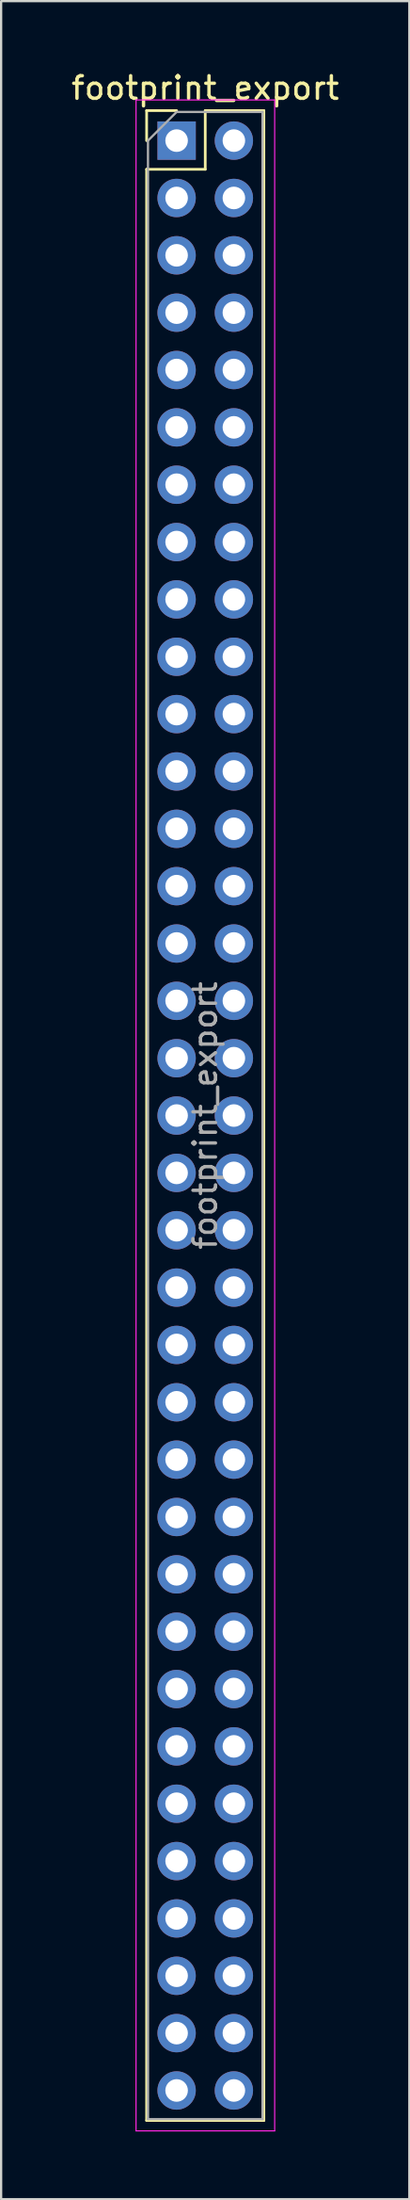
<source format=kicad_pcb>
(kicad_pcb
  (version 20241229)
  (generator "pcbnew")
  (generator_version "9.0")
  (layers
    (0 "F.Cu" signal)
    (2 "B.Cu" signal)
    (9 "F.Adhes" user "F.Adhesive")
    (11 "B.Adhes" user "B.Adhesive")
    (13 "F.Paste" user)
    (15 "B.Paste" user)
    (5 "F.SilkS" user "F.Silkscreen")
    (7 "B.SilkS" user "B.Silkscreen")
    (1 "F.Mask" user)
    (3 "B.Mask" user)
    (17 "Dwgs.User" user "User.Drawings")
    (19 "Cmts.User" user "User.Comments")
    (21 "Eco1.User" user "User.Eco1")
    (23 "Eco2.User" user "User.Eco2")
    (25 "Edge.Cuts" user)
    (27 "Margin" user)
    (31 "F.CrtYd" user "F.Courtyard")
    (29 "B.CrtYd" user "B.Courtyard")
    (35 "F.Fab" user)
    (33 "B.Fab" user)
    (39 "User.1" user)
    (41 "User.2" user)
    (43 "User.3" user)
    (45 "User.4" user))
  (footprint "footprint_export"
    (layer "F.Cu")
    (at 4.784 3.178)
    (property "Reference" "footprint_export" (at 1.27 -2.33 0) (layer "F.SilkS") (effects (font (size 1 1) (thickness 0.15))))
    (attr through_hole)
    (fp_line (start -1.33 -1.33) (end 0 -1.33) (stroke (width 0.12) (type solid)) (layer "F.SilkS"))
    (fp_line (start -1.33 0) (end -1.33 -1.33) (stroke (width 0.12) (type solid)) (layer "F.SilkS"))
    (fp_line (start -1.33 1.27) (end -1.33 87.69) (stroke (width 0.12) (type solid)) (layer "F.SilkS"))
    (fp_line (start -1.33 1.27) (end 1.27 1.27) (stroke (width 0.12) (type solid)) (layer "F.SilkS"))
    (fp_line (start -1.33 87.69) (end 3.87 87.69) (stroke (width 0.12) (type solid)) (layer "F.SilkS"))
    (fp_line (start 1.27 -1.33) (end 3.87 -1.33) (stroke (width 0.12) (type solid)) (layer "F.SilkS"))
    (fp_line (start 1.27 1.27) (end 1.27 -1.33) (stroke (width 0.12) (type solid)) (layer "F.SilkS"))
    (fp_line (start 3.87 -1.33) (end 3.87 87.69) (stroke (width 0.12) (type solid)) (layer "F.SilkS"))
    (fp_line (start -1.8 -1.8) (end -1.8 88.15) (stroke (width 0.05) (type solid)) (layer "F.CrtYd"))
    (fp_line (start -1.8 88.15) (end 4.35 88.15) (stroke (width 0.05) (type solid)) (layer "F.CrtYd"))
    (fp_line (start 4.35 -1.8) (end -1.8 -1.8) (stroke (width 0.05) (type solid)) (layer "F.CrtYd"))
    (fp_line (start 4.35 88.15) (end 4.35 -1.8) (stroke (width 0.05) (type solid)) (layer "F.CrtYd"))
    (fp_line (start -1.27 0) (end 0 -1.27) (stroke (width 0.1) (type solid)) (layer "F.Fab"))
    (fp_line (start -1.27 87.63) (end -1.27 0) (stroke (width 0.1) (type solid)) (layer "F.Fab"))
    (fp_line (start 0 -1.27) (end 3.81 -1.27) (stroke (width 0.1) (type solid)) (layer "F.Fab"))
    (fp_line (start 3.81 -1.27) (end 3.81 87.63) (stroke (width 0.1) (type solid)) (layer "F.Fab"))
    (fp_line (start 3.81 87.63) (end -1.27 87.63) (stroke (width 0.1) (type solid)) (layer "F.Fab"))
    (fp_text user "${REFERENCE}" (at 1.27 43.18 90) (layer "F.Fab") (effects (font (size 1 1) (thickness 0.15))))
    (pad "1" thru_hole rect (at 0 0) (size 1.7 1.7) (drill 1) (layers "*.Cu" "*.Mask"))
    (pad "2" thru_hole oval (at 2.54 0) (size 1.7 1.7) (drill 1) (layers "*.Cu" "*.Mask"))
    (pad "3" thru_hole oval (at 0 2.54) (size 1.7 1.7) (drill 1) (layers "*.Cu" "*.Mask"))
    (pad "4" thru_hole oval (at 2.54 2.54) (size 1.7 1.7) (drill 1) (layers "*.Cu" "*.Mask"))
    (pad "5" thru_hole oval (at 0 5.08) (size 1.7 1.7) (drill 1) (layers "*.Cu" "*.Mask"))
    (pad "6" thru_hole oval (at 2.54 5.08) (size 1.7 1.7) (drill 1) (layers "*.Cu" "*.Mask"))
    (pad "7" thru_hole oval (at 0 7.62) (size 1.7 1.7) (drill 1) (layers "*.Cu" "*.Mask"))
    (pad "8" thru_hole oval (at 2.54 7.62) (size 1.7 1.7) (drill 1) (layers "*.Cu" "*.Mask"))
    (pad "9" thru_hole oval (at 0 10.16) (size 1.7 1.7) (drill 1) (layers "*.Cu" "*.Mask"))
    (pad "10" thru_hole oval (at 2.54 10.16) (size 1.7 1.7) (drill 1) (layers "*.Cu" "*.Mask"))
    (pad "11" thru_hole oval (at 0 12.7) (size 1.7 1.7) (drill 1) (layers "*.Cu" "*.Mask"))
    (pad "12" thru_hole oval (at 2.54 12.7) (size 1.7 1.7) (drill 1) (layers "*.Cu" "*.Mask"))
    (pad "13" thru_hole oval (at 0 15.24) (size 1.7 1.7) (drill 1) (layers "*.Cu" "*.Mask"))
    (pad "14" thru_hole oval (at 2.54 15.24) (size 1.7 1.7) (drill 1) (layers "*.Cu" "*.Mask"))
    (pad "15" thru_hole oval (at 0 17.78) (size 1.7 1.7) (drill 1) (layers "*.Cu" "*.Mask"))
    (pad "16" thru_hole oval (at 2.54 17.78) (size 1.7 1.7) (drill 1) (layers "*.Cu" "*.Mask"))
    (pad "17" thru_hole oval (at 0 20.32) (size 1.7 1.7) (drill 1) (layers "*.Cu" "*.Mask"))
    (pad "18" thru_hole oval (at 2.54 20.32) (size 1.7 1.7) (drill 1) (layers "*.Cu" "*.Mask"))
    (pad "19" thru_hole oval (at 0 22.86) (size 1.7 1.7) (drill 1) (layers "*.Cu" "*.Mask"))
    (pad "20" thru_hole oval (at 2.54 22.86) (size 1.7 1.7) (drill 1) (layers "*.Cu" "*.Mask"))
    (pad "21" thru_hole oval (at 0 25.4) (size 1.7 1.7) (drill 1) (layers "*.Cu" "*.Mask"))
    (pad "22" thru_hole oval (at 2.54 25.4) (size 1.7 1.7) (drill 1) (layers "*.Cu" "*.Mask"))
    (pad "23" thru_hole oval (at 0 27.94) (size 1.7 1.7) (drill 1) (layers "*.Cu" "*.Mask"))
    (pad "24" thru_hole oval (at 2.54 27.94) (size 1.7 1.7) (drill 1) (layers "*.Cu" "*.Mask"))
    (pad "25" thru_hole oval (at 0 30.48) (size 1.7 1.7) (drill 1) (layers "*.Cu" "*.Mask"))
    (pad "26" thru_hole oval (at 2.54 30.48) (size 1.7 1.7) (drill 1) (layers "*.Cu" "*.Mask"))
    (pad "27" thru_hole oval (at 0 33.02) (size 1.7 1.7) (drill 1) (layers "*.Cu" "*.Mask"))
    (pad "28" thru_hole oval (at 2.54 33.02) (size 1.7 1.7) (drill 1) (layers "*.Cu" "*.Mask"))
    (pad "29" thru_hole oval (at 0 35.56) (size 1.7 1.7) (drill 1) (layers "*.Cu" "*.Mask"))
    (pad "30" thru_hole oval (at 2.54 35.56) (size 1.7 1.7) (drill 1) (layers "*.Cu" "*.Mask"))
    (pad "31" thru_hole oval (at 0 38.1) (size 1.7 1.7) (drill 1) (layers "*.Cu" "*.Mask"))
    (pad "32" thru_hole oval (at 2.54 38.1) (size 1.7 1.7) (drill 1) (layers "*.Cu" "*.Mask"))
    (pad "33" thru_hole oval (at 0 40.64) (size 1.7 1.7) (drill 1) (layers "*.Cu" "*.Mask"))
    (pad "34" thru_hole oval (at 2.54 40.64) (size 1.7 1.7) (drill 1) (layers "*.Cu" "*.Mask"))
    (pad "35" thru_hole oval (at 0 43.18) (size 1.7 1.7) (drill 1) (layers "*.Cu" "*.Mask"))
    (pad "36" thru_hole oval (at 2.54 43.18) (size 1.7 1.7) (drill 1) (layers "*.Cu" "*.Mask"))
    (pad "37" thru_hole oval (at 0 45.72) (size 1.7 1.7) (drill 1) (layers "*.Cu" "*.Mask"))
    (pad "38" thru_hole oval (at 2.54 45.72) (size 1.7 1.7) (drill 1) (layers "*.Cu" "*.Mask"))
    (pad "39" thru_hole oval (at 0 48.26) (size 1.7 1.7) (drill 1) (layers "*.Cu" "*.Mask"))
    (pad "40" thru_hole oval (at 2.54 48.26) (size 1.7 1.7) (drill 1) (layers "*.Cu" "*.Mask"))
    (pad "41" thru_hole oval (at 0 50.8) (size 1.7 1.7) (drill 1) (layers "*.Cu" "*.Mask"))
    (pad "42" thru_hole oval (at 2.54 50.8) (size 1.7 1.7) (drill 1) (layers "*.Cu" "*.Mask"))
    (pad "43" thru_hole oval (at 0 53.34) (size 1.7 1.7) (drill 1) (layers "*.Cu" "*.Mask"))
    (pad "44" thru_hole oval (at 2.54 53.34) (size 1.7 1.7) (drill 1) (layers "*.Cu" "*.Mask"))
    (pad "45" thru_hole oval (at 0 55.88) (size 1.7 1.7) (drill 1) (layers "*.Cu" "*.Mask"))
    (pad "46" thru_hole oval (at 2.54 55.88) (size 1.7 1.7) (drill 1) (layers "*.Cu" "*.Mask"))
    (pad "47" thru_hole oval (at 0 58.42) (size 1.7 1.7) (drill 1) (layers "*.Cu" "*.Mask"))
    (pad "48" thru_hole oval (at 2.54 58.42) (size 1.7 1.7) (drill 1) (layers "*.Cu" "*.Mask"))
    (pad "49" thru_hole oval (at 0 60.96) (size 1.7 1.7) (drill 1) (layers "*.Cu" "*.Mask"))
    (pad "50" thru_hole oval (at 2.54 60.96) (size 1.7 1.7) (drill 1) (layers "*.Cu" "*.Mask"))
    (pad "51" thru_hole oval (at 0 63.5) (size 1.7 1.7) (drill 1) (layers "*.Cu" "*.Mask"))
    (pad "52" thru_hole oval (at 2.54 63.5) (size 1.7 1.7) (drill 1) (layers "*.Cu" "*.Mask"))
    (pad "53" thru_hole oval (at 0 66.04) (size 1.7 1.7) (drill 1) (layers "*.Cu" "*.Mask"))
    (pad "54" thru_hole oval (at 2.54 66.04) (size 1.7 1.7) (drill 1) (layers "*.Cu" "*.Mask"))
    (pad "55" thru_hole oval (at 0 68.58) (size 1.7 1.7) (drill 1) (layers "*.Cu" "*.Mask"))
    (pad "56" thru_hole oval (at 2.54 68.58) (size 1.7 1.7) (drill 1) (layers "*.Cu" "*.Mask"))
    (pad "57" thru_hole oval (at 0 71.12) (size 1.7 1.7) (drill 1) (layers "*.Cu" "*.Mask"))
    (pad "58" thru_hole oval (at 2.54 71.12) (size 1.7 1.7) (drill 1) (layers "*.Cu" "*.Mask"))
    (pad "59" thru_hole oval (at 0 73.66) (size 1.7 1.7) (drill 1) (layers "*.Cu" "*.Mask"))
    (pad "60" thru_hole oval (at 2.54 73.66) (size 1.7 1.7) (drill 1) (layers "*.Cu" "*.Mask"))
    (pad "61" thru_hole oval (at 0 76.2) (size 1.7 1.7) (drill 1) (layers "*.Cu" "*.Mask"))
    (pad "62" thru_hole oval (at 2.54 76.2) (size 1.7 1.7) (drill 1) (layers "*.Cu" "*.Mask"))
    (pad "63" thru_hole oval (at 0 78.74) (size 1.7 1.7) (drill 1) (layers "*.Cu" "*.Mask"))
    (pad "64" thru_hole oval (at 2.54 78.74) (size 1.7 1.7) (drill 1) (layers "*.Cu" "*.Mask"))
    (pad "65" thru_hole oval (at 0 81.28) (size 1.7 1.7) (drill 1) (layers "*.Cu" "*.Mask"))
    (pad "66" thru_hole oval (at 2.54 81.28) (size 1.7 1.7) (drill 1) (layers "*.Cu" "*.Mask"))
    (pad "67" thru_hole oval (at 0 83.82) (size 1.7 1.7) (drill 1) (layers "*.Cu" "*.Mask"))
    (pad "68" thru_hole oval (at 2.54 83.82) (size 1.7 1.7) (drill 1) (layers "*.Cu" "*.Mask"))
    (pad "69" thru_hole oval (at 0 86.36) (size 1.7 1.7) (drill 1) (layers "*.Cu" "*.Mask"))
    (pad "70" thru_hole oval (at 2.54 86.36) (size 1.7 1.7) (drill 1) (layers "*.Cu" "*.Mask")))
  (gr_rect
    (start -3 -3)
    (end 15.107 94.353)
    (stroke (width 0.1) (type default))
    (fill no)
    (layer "Edge.Cuts")))
</source>
